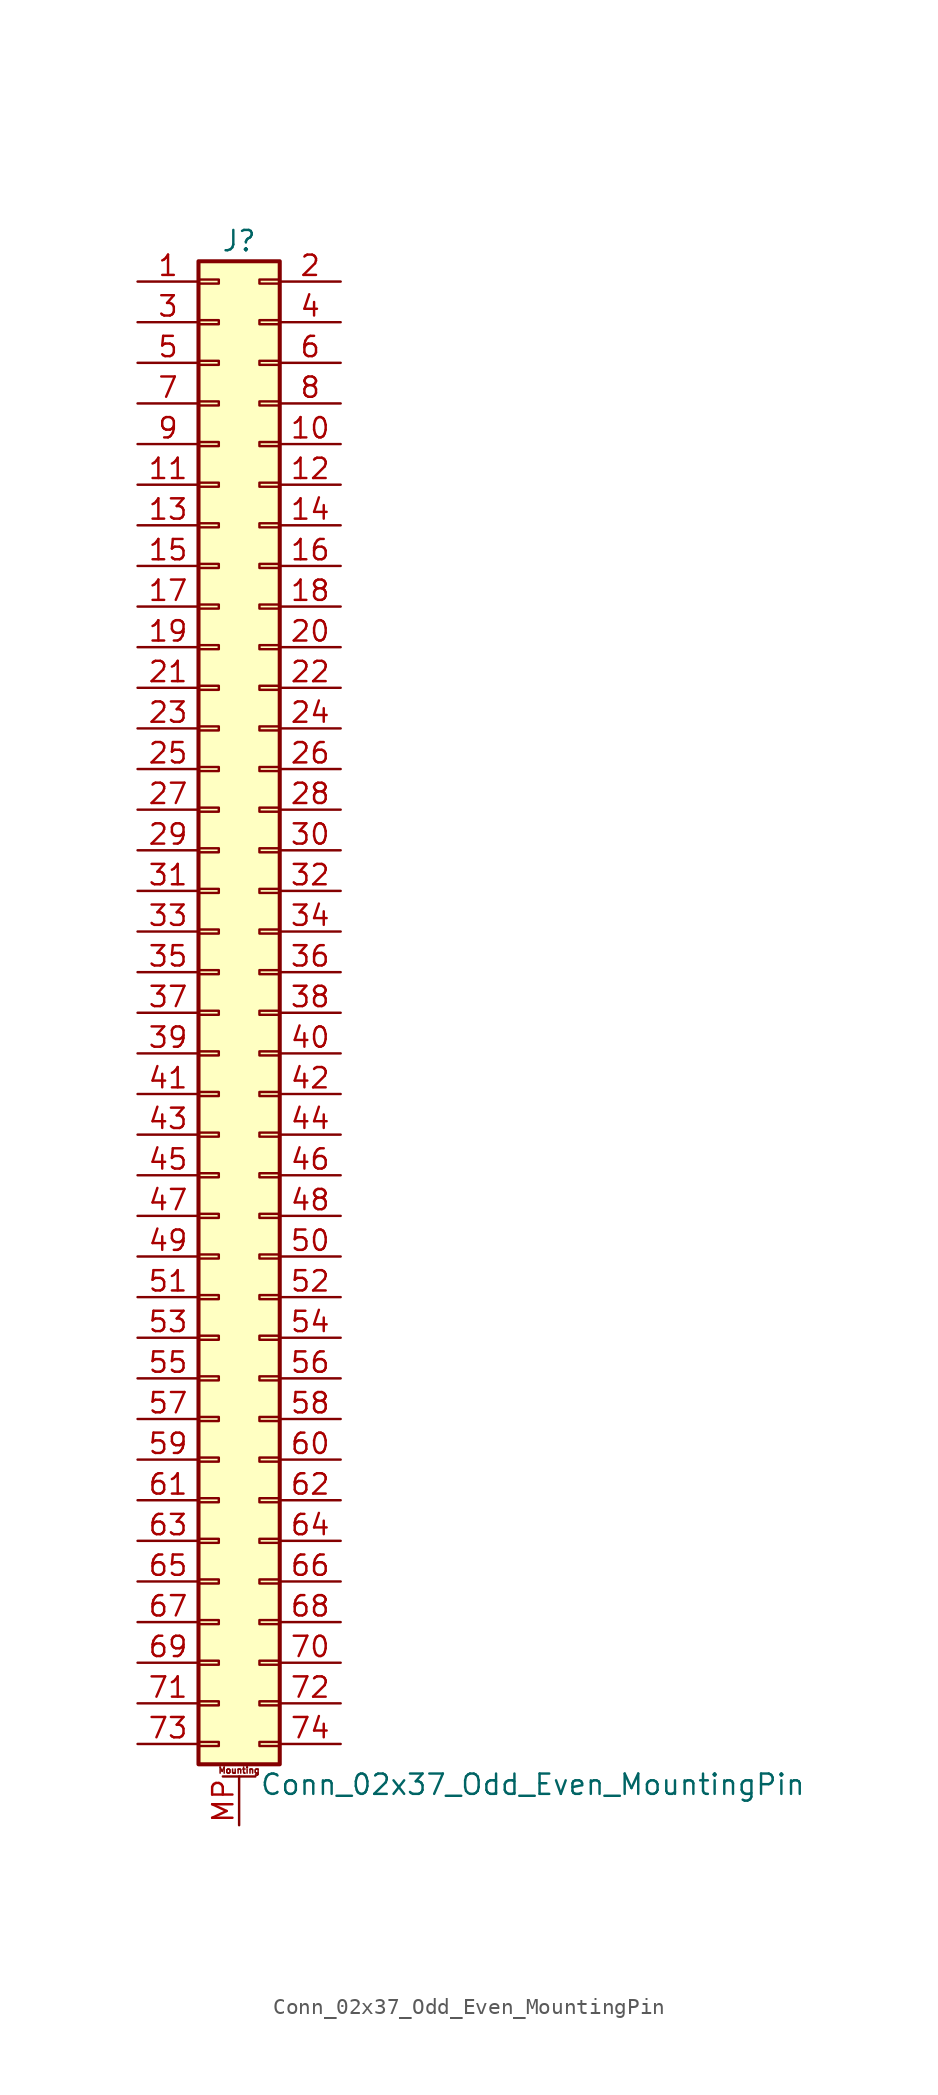
<source format=kicad_sym>
(kicad_symbol_lib
  (version 20201005)
  (generator kicad_symbol_editor)
  (symbol "Conn_02x37_Odd_Even_MountingPin"
    (pin_names
      (offset 1.016) hide)
    (property "Reference" "J"
      (at 1.27 48.26 0)
      (effects (font (size 1.27 1.27))))
    (property "Value" "Conn_02x37_Odd_Even_MountingPin"
      (at 2.54 -48.26 0)
      (effects (font (size 1.27 1.27)) (justify left)))
    (symbol "Conn_02x37_Odd_Even_MountingPin_1_1"
      (text "Mounting" (at 1.27 -47.371 0) (effects (font (size 0.381 0.381))))
      (rectangle (start -1.27 -45.593) (end 0 -45.847) (stroke (width 0.152)) (fill (type none)))
      (rectangle (start -1.27 -43.053) (end 0 -43.307) (stroke (width 0.152)) (fill (type none)))
      (rectangle (start -1.27 -40.513) (end 0 -40.767) (stroke (width 0.152)) (fill (type none)))
      (rectangle (start -1.27 -37.973) (end 0 -38.227) (stroke (width 0.152)) (fill (type none)))
      (rectangle (start -1.27 -35.433) (end 0 -35.687) (stroke (width 0.152)) (fill (type none)))
      (rectangle (start -1.27 -32.893) (end 0 -33.147) (stroke (width 0.152)) (fill (type none)))
      (rectangle (start -1.27 -30.353) (end 0 -30.607) (stroke (width 0.152)) (fill (type none)))
      (rectangle (start -1.27 -27.813) (end 0 -28.067) (stroke (width 0.152)) (fill (type none)))
      (rectangle (start -1.27 -25.273) (end 0 -25.527) (stroke (width 0.152)) (fill (type none)))
      (rectangle (start -1.27 -22.733) (end 0 -22.987) (stroke (width 0.152)) (fill (type none)))
      (rectangle (start -1.27 -20.193) (end 0 -20.447) (stroke (width 0.152)) (fill (type none)))
      (rectangle (start -1.27 -17.653) (end 0 -17.907) (stroke (width 0.152)) (fill (type none)))
      (rectangle (start -1.27 -15.113) (end 0 -15.367) (stroke (width 0.152)) (fill (type none)))
      (rectangle (start -1.27 -12.573) (end 0 -12.827) (stroke (width 0.152)) (fill (type none)))
      (rectangle (start -1.27 -10.033) (end 0 -10.287) (stroke (width 0.152)) (fill (type none)))
      (rectangle (start -1.27 -7.493) (end 0 -7.747) (stroke (width 0.152)) (fill (type none)))
      (rectangle (start -1.27 -4.953) (end 0 -5.207) (stroke (width 0.152)) (fill (type none)))
      (rectangle (start -1.27 -2.413) (end 0 -2.667) (stroke (width 0.152)) (fill (type none)))
      (rectangle (start -1.27 0.127) (end 0 -0.127) (stroke (width 0.152)) (fill (type none)))
      (rectangle (start -1.27 2.667) (end 0 2.413) (stroke (width 0.152)) (fill (type none)))
      (rectangle (start -1.27 5.207) (end 0 4.953) (stroke (width 0.152)) (fill (type none)))
      (rectangle (start -1.27 7.747) (end 0 7.493) (stroke (width 0.152)) (fill (type none)))
      (rectangle (start -1.27 10.287) (end 0 10.033) (stroke (width 0.152)) (fill (type none)))
      (rectangle (start -1.27 12.827) (end 0 12.573) (stroke (width 0.152)) (fill (type none)))
      (rectangle (start -1.27 15.367) (end 0 15.113) (stroke (width 0.152)) (fill (type none)))
      (rectangle (start -1.27 17.907) (end 0 17.653) (stroke (width 0.152)) (fill (type none)))
      (rectangle (start -1.27 20.447) (end 0 20.193) (stroke (width 0.152)) (fill (type none)))
      (rectangle (start -1.27 22.987) (end 0 22.733) (stroke (width 0.152)) (fill (type none)))
      (rectangle (start -1.27 25.527) (end 0 25.273) (stroke (width 0.152)) (fill (type none)))
      (rectangle (start -1.27 28.067) (end 0 27.813) (stroke (width 0.152)) (fill (type none)))
      (rectangle (start -1.27 30.607) (end 0 30.353) (stroke (width 0.152)) (fill (type none)))
      (rectangle (start -1.27 33.147) (end 0 32.893) (stroke (width 0.152)) (fill (type none)))
      (rectangle (start -1.27 35.687) (end 0 35.433) (stroke (width 0.152)) (fill (type none)))
      (rectangle (start -1.27 38.227) (end 0 37.973) (stroke (width 0.152)) (fill (type none)))
      (rectangle (start -1.27 40.767) (end 0 40.513) (stroke (width 0.152)) (fill (type none)))
      (rectangle (start -1.27 43.307) (end 0 43.053) (stroke (width 0.152)) (fill (type none)))
      (rectangle (start -1.27 45.847) (end 0 45.593) (stroke (width 0.152)) (fill (type none)))
      (rectangle (start -1.27 46.99) (end 3.81 -46.99) (stroke (width 0.254)) (fill (type background)))
      (rectangle (start 3.81 -45.593) (end 2.54 -45.847) (stroke (width 0.152)) (fill (type none)))
      (rectangle (start 3.81 -43.053) (end 2.54 -43.307) (stroke (width 0.152)) (fill (type none)))
      (rectangle (start 3.81 -40.513) (end 2.54 -40.767) (stroke (width 0.152)) (fill (type none)))
      (rectangle (start 3.81 -37.973) (end 2.54 -38.227) (stroke (width 0.152)) (fill (type none)))
      (rectangle (start 3.81 -35.433) (end 2.54 -35.687) (stroke (width 0.152)) (fill (type none)))
      (rectangle (start 3.81 -32.893) (end 2.54 -33.147) (stroke (width 0.152)) (fill (type none)))
      (rectangle (start 3.81 -30.353) (end 2.54 -30.607) (stroke (width 0.152)) (fill (type none)))
      (rectangle (start 3.81 -27.813) (end 2.54 -28.067) (stroke (width 0.152)) (fill (type none)))
      (rectangle (start 3.81 -25.273) (end 2.54 -25.527) (stroke (width 0.152)) (fill (type none)))
      (rectangle (start 3.81 -22.733) (end 2.54 -22.987) (stroke (width 0.152)) (fill (type none)))
      (rectangle (start 3.81 -20.193) (end 2.54 -20.447) (stroke (width 0.152)) (fill (type none)))
      (rectangle (start 3.81 -17.653) (end 2.54 -17.907) (stroke (width 0.152)) (fill (type none)))
      (rectangle (start 3.81 -15.113) (end 2.54 -15.367) (stroke (width 0.152)) (fill (type none)))
      (rectangle (start 3.81 -12.573) (end 2.54 -12.827) (stroke (width 0.152)) (fill (type none)))
      (rectangle (start 3.81 -10.033) (end 2.54 -10.287) (stroke (width 0.152)) (fill (type none)))
      (rectangle (start 3.81 -7.493) (end 2.54 -7.747) (stroke (width 0.152)) (fill (type none)))
      (rectangle (start 3.81 -4.953) (end 2.54 -5.207) (stroke (width 0.152)) (fill (type none)))
      (rectangle (start 3.81 -2.413) (end 2.54 -2.667) (stroke (width 0.152)) (fill (type none)))
      (rectangle (start 3.81 0.127) (end 2.54 -0.127) (stroke (width 0.152)) (fill (type none)))
      (rectangle (start 3.81 2.667) (end 2.54 2.413) (stroke (width 0.152)) (fill (type none)))
      (rectangle (start 3.81 5.207) (end 2.54 4.953) (stroke (width 0.152)) (fill (type none)))
      (rectangle (start 3.81 7.747) (end 2.54 7.493) (stroke (width 0.152)) (fill (type none)))
      (rectangle (start 3.81 10.287) (end 2.54 10.033) (stroke (width 0.152)) (fill (type none)))
      (rectangle (start 3.81 12.827) (end 2.54 12.573) (stroke (width 0.152)) (fill (type none)))
      (rectangle (start 3.81 15.367) (end 2.54 15.113) (stroke (width 0.152)) (fill (type none)))
      (rectangle (start 3.81 17.907) (end 2.54 17.653) (stroke (width 0.152)) (fill (type none)))
      (rectangle (start 3.81 20.447) (end 2.54 20.193) (stroke (width 0.152)) (fill (type none)))
      (rectangle (start 3.81 22.987) (end 2.54 22.733) (stroke (width 0.152)) (fill (type none)))
      (rectangle (start 3.81 25.527) (end 2.54 25.273) (stroke (width 0.152)) (fill (type none)))
      (rectangle (start 3.81 28.067) (end 2.54 27.813) (stroke (width 0.152)) (fill (type none)))
      (rectangle (start 3.81 30.607) (end 2.54 30.353) (stroke (width 0.152)) (fill (type none)))
      (rectangle (start 3.81 33.147) (end 2.54 32.893) (stroke (width 0.152)) (fill (type none)))
      (rectangle (start 3.81 35.687) (end 2.54 35.433) (stroke (width 0.152)) (fill (type none)))
      (rectangle (start 3.81 38.227) (end 2.54 37.973) (stroke (width 0.152)) (fill (type none)))
      (rectangle (start 3.81 40.767) (end 2.54 40.513) (stroke (width 0.152)) (fill (type none)))
      (rectangle (start 3.81 43.307) (end 2.54 43.053) (stroke (width 0.152)) (fill (type none)))
      (rectangle (start 3.81 45.847) (end 2.54 45.593) (stroke (width 0.152)) (fill (type none)))
      (polyline (pts (xy 0.254 -47.752) (xy 2.286 -47.752)) (stroke (width 0.152)) (fill (type none)))
      (pin passive line (at -5.08 45.72 0) (length 3.81) (name "Pin_1" (effects (font (size 1.27 1.27)))) (number "1" (effects (font (size 1.27 1.27)))))
      (pin passive line (at 7.62 35.56 180) (length 3.81) (name "Pin_10" (effects (font (size 1.27 1.27)))) (number "10" (effects (font (size 1.27 1.27)))))
      (pin passive line (at -5.08 33.02 0) (length 3.81) (name "Pin_11" (effects (font (size 1.27 1.27)))) (number "11" (effects (font (size 1.27 1.27)))))
      (pin passive line (at 7.62 33.02 180) (length 3.81) (name "Pin_12" (effects (font (size 1.27 1.27)))) (number "12" (effects (font (size 1.27 1.27)))))
      (pin passive line (at -5.08 30.48 0) (length 3.81) (name "Pin_13" (effects (font (size 1.27 1.27)))) (number "13" (effects (font (size 1.27 1.27)))))
      (pin passive line (at 7.62 30.48 180) (length 3.81) (name "Pin_14" (effects (font (size 1.27 1.27)))) (number "14" (effects (font (size 1.27 1.27)))))
      (pin passive line (at -5.08 27.94 0) (length 3.81) (name "Pin_15" (effects (font (size 1.27 1.27)))) (number "15" (effects (font (size 1.27 1.27)))))
      (pin passive line (at 7.62 27.94 180) (length 3.81) (name "Pin_16" (effects (font (size 1.27 1.27)))) (number "16" (effects (font (size 1.27 1.27)))))
      (pin passive line (at -5.08 25.4 0) (length 3.81) (name "Pin_17" (effects (font (size 1.27 1.27)))) (number "17" (effects (font (size 1.27 1.27)))))
      (pin passive line (at 7.62 25.4 180) (length 3.81) (name "Pin_18" (effects (font (size 1.27 1.27)))) (number "18" (effects (font (size 1.27 1.27)))))
      (pin passive line (at -5.08 22.86 0) (length 3.81) (name "Pin_19" (effects (font (size 1.27 1.27)))) (number "19" (effects (font (size 1.27 1.27)))))
      (pin passive line (at 7.62 45.72 180) (length 3.81) (name "Pin_2" (effects (font (size 1.27 1.27)))) (number "2" (effects (font (size 1.27 1.27)))))
      (pin passive line (at 7.62 22.86 180) (length 3.81) (name "Pin_20" (effects (font (size 1.27 1.27)))) (number "20" (effects (font (size 1.27 1.27)))))
      (pin passive line (at -5.08 20.32 0) (length 3.81) (name "Pin_21" (effects (font (size 1.27 1.27)))) (number "21" (effects (font (size 1.27 1.27)))))
      (pin passive line (at 7.62 20.32 180) (length 3.81) (name "Pin_22" (effects (font (size 1.27 1.27)))) (number "22" (effects (font (size 1.27 1.27)))))
      (pin passive line (at -5.08 17.78 0) (length 3.81) (name "Pin_23" (effects (font (size 1.27 1.27)))) (number "23" (effects (font (size 1.27 1.27)))))
      (pin passive line (at 7.62 17.78 180) (length 3.81) (name "Pin_24" (effects (font (size 1.27 1.27)))) (number "24" (effects (font (size 1.27 1.27)))))
      (pin passive line (at -5.08 15.24 0) (length 3.81) (name "Pin_25" (effects (font (size 1.27 1.27)))) (number "25" (effects (font (size 1.27 1.27)))))
      (pin passive line (at 7.62 15.24 180) (length 3.81) (name "Pin_26" (effects (font (size 1.27 1.27)))) (number "26" (effects (font (size 1.27 1.27)))))
      (pin passive line (at -5.08 12.7 0) (length 3.81) (name "Pin_27" (effects (font (size 1.27 1.27)))) (number "27" (effects (font (size 1.27 1.27)))))
      (pin passive line (at 7.62 12.7 180) (length 3.81) (name "Pin_28" (effects (font (size 1.27 1.27)))) (number "28" (effects (font (size 1.27 1.27)))))
      (pin passive line (at -5.08 10.16 0) (length 3.81) (name "Pin_29" (effects (font (size 1.27 1.27)))) (number "29" (effects (font (size 1.27 1.27)))))
      (pin passive line (at -5.08 43.18 0) (length 3.81) (name "Pin_3" (effects (font (size 1.27 1.27)))) (number "3" (effects (font (size 1.27 1.27)))))
      (pin passive line (at 7.62 10.16 180) (length 3.81) (name "Pin_30" (effects (font (size 1.27 1.27)))) (number "30" (effects (font (size 1.27 1.27)))))
      (pin passive line (at -5.08 7.62 0) (length 3.81) (name "Pin_31" (effects (font (size 1.27 1.27)))) (number "31" (effects (font (size 1.27 1.27)))))
      (pin passive line (at 7.62 7.62 180) (length 3.81) (name "Pin_32" (effects (font (size 1.27 1.27)))) (number "32" (effects (font (size 1.27 1.27)))))
      (pin passive line (at -5.08 5.08 0) (length 3.81) (name "Pin_33" (effects (font (size 1.27 1.27)))) (number "33" (effects (font (size 1.27 1.27)))))
      (pin passive line (at 7.62 5.08 180) (length 3.81) (name "Pin_34" (effects (font (size 1.27 1.27)))) (number "34" (effects (font (size 1.27 1.27)))))
      (pin passive line (at -5.08 2.54 0) (length 3.81) (name "Pin_35" (effects (font (size 1.27 1.27)))) (number "35" (effects (font (size 1.27 1.27)))))
      (pin passive line (at 7.62 2.54 180) (length 3.81) (name "Pin_36" (effects (font (size 1.27 1.27)))) (number "36" (effects (font (size 1.27 1.27)))))
      (pin passive line (at -5.08 0 0) (length 3.81) (name "Pin_37" (effects (font (size 1.27 1.27)))) (number "37" (effects (font (size 1.27 1.27)))))
      (pin passive line (at 7.62 0 180) (length 3.81) (name "Pin_38" (effects (font (size 1.27 1.27)))) (number "38" (effects (font (size 1.27 1.27)))))
      (pin passive line (at -5.08 -2.54 0) (length 3.81) (name "Pin_39" (effects (font (size 1.27 1.27)))) (number "39" (effects (font (size 1.27 1.27)))))
      (pin passive line (at 7.62 43.18 180) (length 3.81) (name "Pin_4" (effects (font (size 1.27 1.27)))) (number "4" (effects (font (size 1.27 1.27)))))
      (pin passive line (at 7.62 -2.54 180) (length 3.81) (name "Pin_40" (effects (font (size 1.27 1.27)))) (number "40" (effects (font (size 1.27 1.27)))))
      (pin passive line (at -5.08 -5.08 0) (length 3.81) (name "Pin_41" (effects (font (size 1.27 1.27)))) (number "41" (effects (font (size 1.27 1.27)))))
      (pin passive line (at 7.62 -5.08 180) (length 3.81) (name "Pin_42" (effects (font (size 1.27 1.27)))) (number "42" (effects (font (size 1.27 1.27)))))
      (pin passive line (at -5.08 -7.62 0) (length 3.81) (name "Pin_43" (effects (font (size 1.27 1.27)))) (number "43" (effects (font (size 1.27 1.27)))))
      (pin passive line (at 7.62 -7.62 180) (length 3.81) (name "Pin_44" (effects (font (size 1.27 1.27)))) (number "44" (effects (font (size 1.27 1.27)))))
      (pin passive line (at -5.08 -10.16 0) (length 3.81) (name "Pin_45" (effects (font (size 1.27 1.27)))) (number "45" (effects (font (size 1.27 1.27)))))
      (pin passive line (at 7.62 -10.16 180) (length 3.81) (name "Pin_46" (effects (font (size 1.27 1.27)))) (number "46" (effects (font (size 1.27 1.27)))))
      (pin passive line (at -5.08 -12.7 0) (length 3.81) (name "Pin_47" (effects (font (size 1.27 1.27)))) (number "47" (effects (font (size 1.27 1.27)))))
      (pin passive line (at 7.62 -12.7 180) (length 3.81) (name "Pin_48" (effects (font (size 1.27 1.27)))) (number "48" (effects (font (size 1.27 1.27)))))
      (pin passive line (at -5.08 -15.24 0) (length 3.81) (name "Pin_49" (effects (font (size 1.27 1.27)))) (number "49" (effects (font (size 1.27 1.27)))))
      (pin passive line (at -5.08 40.64 0) (length 3.81) (name "Pin_5" (effects (font (size 1.27 1.27)))) (number "5" (effects (font (size 1.27 1.27)))))
      (pin passive line (at 7.62 -15.24 180) (length 3.81) (name "Pin_50" (effects (font (size 1.27 1.27)))) (number "50" (effects (font (size 1.27 1.27)))))
      (pin passive line (at -5.08 -17.78 0) (length 3.81) (name "Pin_51" (effects (font (size 1.27 1.27)))) (number "51" (effects (font (size 1.27 1.27)))))
      (pin passive line (at 7.62 -17.78 180) (length 3.81) (name "Pin_52" (effects (font (size 1.27 1.27)))) (number "52" (effects (font (size 1.27 1.27)))))
      (pin passive line (at -5.08 -20.32 0) (length 3.81) (name "Pin_53" (effects (font (size 1.27 1.27)))) (number "53" (effects (font (size 1.27 1.27)))))
      (pin passive line (at 7.62 -20.32 180) (length 3.81) (name "Pin_54" (effects (font (size 1.27 1.27)))) (number "54" (effects (font (size 1.27 1.27)))))
      (pin passive line (at -5.08 -22.86 0) (length 3.81) (name "Pin_55" (effects (font (size 1.27 1.27)))) (number "55" (effects (font (size 1.27 1.27)))))
      (pin passive line (at 7.62 -22.86 180) (length 3.81) (name "Pin_56" (effects (font (size 1.27 1.27)))) (number "56" (effects (font (size 1.27 1.27)))))
      (pin passive line (at -5.08 -25.4 0) (length 3.81) (name "Pin_57" (effects (font (size 1.27 1.27)))) (number "57" (effects (font (size 1.27 1.27)))))
      (pin passive line (at 7.62 -25.4 180) (length 3.81) (name "Pin_58" (effects (font (size 1.27 1.27)))) (number "58" (effects (font (size 1.27 1.27)))))
      (pin passive line (at -5.08 -27.94 0) (length 3.81) (name "Pin_59" (effects (font (size 1.27 1.27)))) (number "59" (effects (font (size 1.27 1.27)))))
      (pin passive line (at 7.62 40.64 180) (length 3.81) (name "Pin_6" (effects (font (size 1.27 1.27)))) (number "6" (effects (font (size 1.27 1.27)))))
      (pin passive line (at 7.62 -27.94 180) (length 3.81) (name "Pin_60" (effects (font (size 1.27 1.27)))) (number "60" (effects (font (size 1.27 1.27)))))
      (pin passive line (at -5.08 -30.48 0) (length 3.81) (name "Pin_61" (effects (font (size 1.27 1.27)))) (number "61" (effects (font (size 1.27 1.27)))))
      (pin passive line (at 7.62 -30.48 180) (length 3.81) (name "Pin_62" (effects (font (size 1.27 1.27)))) (number "62" (effects (font (size 1.27 1.27)))))
      (pin passive line (at -5.08 -33.02 0) (length 3.81) (name "Pin_63" (effects (font (size 1.27 1.27)))) (number "63" (effects (font (size 1.27 1.27)))))
      (pin passive line (at 7.62 -33.02 180) (length 3.81) (name "Pin_64" (effects (font (size 1.27 1.27)))) (number "64" (effects (font (size 1.27 1.27)))))
      (pin passive line (at -5.08 -35.56 0) (length 3.81) (name "Pin_65" (effects (font (size 1.27 1.27)))) (number "65" (effects (font (size 1.27 1.27)))))
      (pin passive line (at 7.62 -35.56 180) (length 3.81) (name "Pin_66" (effects (font (size 1.27 1.27)))) (number "66" (effects (font (size 1.27 1.27)))))
      (pin passive line (at -5.08 -38.1 0) (length 3.81) (name "Pin_67" (effects (font (size 1.27 1.27)))) (number "67" (effects (font (size 1.27 1.27)))))
      (pin passive line (at 7.62 -38.1 180) (length 3.81) (name "Pin_68" (effects (font (size 1.27 1.27)))) (number "68" (effects (font (size 1.27 1.27)))))
      (pin passive line (at -5.08 -40.64 0) (length 3.81) (name "Pin_69" (effects (font (size 1.27 1.27)))) (number "69" (effects (font (size 1.27 1.27)))))
      (pin passive line (at -5.08 38.1 0) (length 3.81) (name "Pin_7" (effects (font (size 1.27 1.27)))) (number "7" (effects (font (size 1.27 1.27)))))
      (pin passive line (at 7.62 -40.64 180) (length 3.81) (name "Pin_70" (effects (font (size 1.27 1.27)))) (number "70" (effects (font (size 1.27 1.27)))))
      (pin passive line (at -5.08 -43.18 0) (length 3.81) (name "Pin_71" (effects (font (size 1.27 1.27)))) (number "71" (effects (font (size 1.27 1.27)))))
      (pin passive line (at 7.62 -43.18 180) (length 3.81) (name "Pin_72" (effects (font (size 1.27 1.27)))) (number "72" (effects (font (size 1.27 1.27)))))
      (pin passive line (at -5.08 -45.72 0) (length 3.81) (name "Pin_73" (effects (font (size 1.27 1.27)))) (number "73" (effects (font (size 1.27 1.27)))))
      (pin passive line (at 7.62 -45.72 180) (length 3.81) (name "Pin_74" (effects (font (size 1.27 1.27)))) (number "74" (effects (font (size 1.27 1.27)))))
      (pin passive line (at 7.62 38.1 180) (length 3.81) (name "Pin_8" (effects (font (size 1.27 1.27)))) (number "8" (effects (font (size 1.27 1.27)))))
      (pin passive line (at -5.08 35.56 0) (length 3.81) (name "Pin_9" (effects (font (size 1.27 1.27)))) (number "9" (effects (font (size 1.27 1.27)))))
      (pin passive line (at 1.27 -50.8 90) (length 3.048) (name "MountPin" (effects (font (size 1.27 1.27)))) (number "MP" (effects (font (size 1.27 1.27))))))))
</source>
